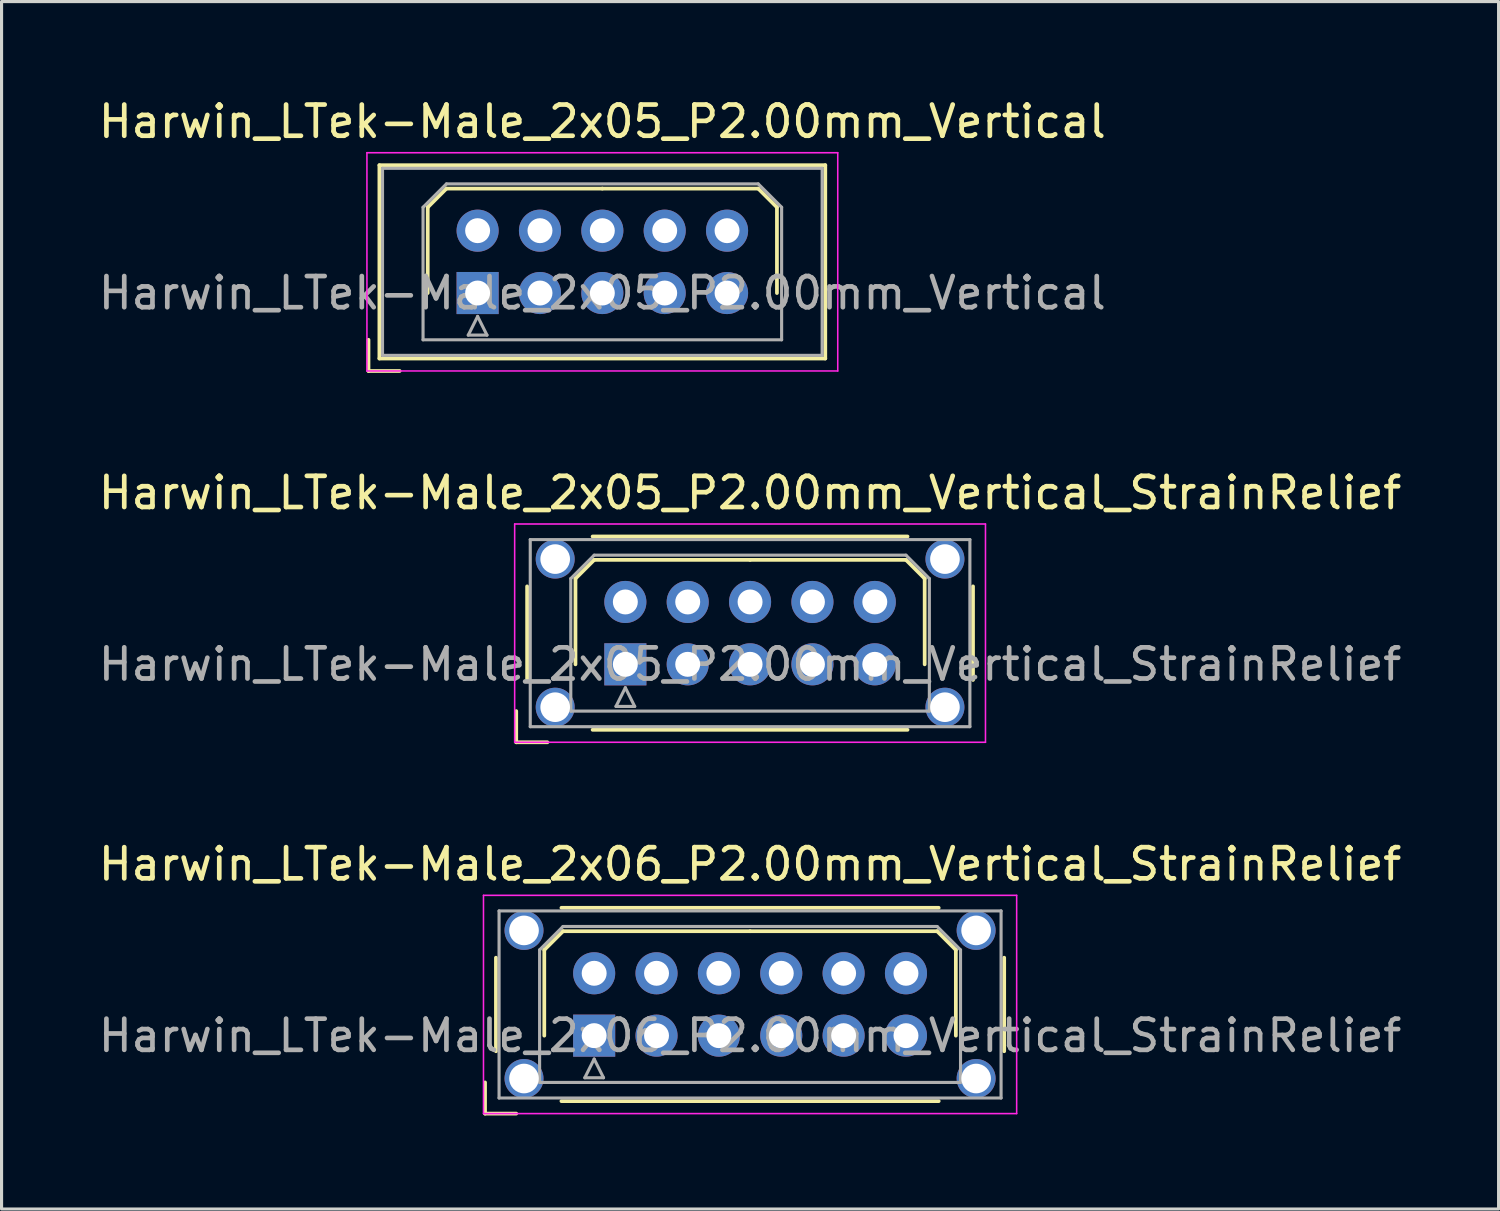
<source format=kicad_pcb>
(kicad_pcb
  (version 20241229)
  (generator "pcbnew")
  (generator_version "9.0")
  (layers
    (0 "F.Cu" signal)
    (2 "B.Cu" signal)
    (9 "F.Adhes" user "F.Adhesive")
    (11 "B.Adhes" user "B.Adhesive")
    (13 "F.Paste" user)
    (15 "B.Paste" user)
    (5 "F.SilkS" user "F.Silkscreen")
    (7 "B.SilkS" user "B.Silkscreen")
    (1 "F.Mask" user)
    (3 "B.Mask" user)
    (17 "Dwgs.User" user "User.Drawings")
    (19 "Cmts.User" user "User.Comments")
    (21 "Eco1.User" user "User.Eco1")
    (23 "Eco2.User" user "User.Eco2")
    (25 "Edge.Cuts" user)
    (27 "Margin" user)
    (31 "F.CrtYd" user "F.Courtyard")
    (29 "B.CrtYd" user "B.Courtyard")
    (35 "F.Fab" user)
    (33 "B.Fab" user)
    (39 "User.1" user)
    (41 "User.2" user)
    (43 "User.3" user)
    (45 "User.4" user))
  (footprint "Harwin_LTek-Male_2x05_P2.00mm_Vertical"
    (layer "F.Cu")
    (at 12.268 6.348)
    (property "Reference" "Harwin_LTek-Male_2x05_P2.00mm_Vertical" (at 4 -5.5 0) (layer "F.SilkS") (effects (font (size 1 1) (thickness 0.15))))
    (attr through_hole)
    (fp_line (start -3.5 1.5) (end -3.5 2.5) (stroke (width 0.12) (type solid)) (layer "F.SilkS"))
    (fp_line (start -3.5 2.5) (end -2.5 2.5) (stroke (width 0.12) (type solid)) (layer "F.SilkS"))
    (fp_line (start -3.15 -4.1) (end -3.15 2.1) (stroke (width 0.12) (type solid)) (layer "F.SilkS"))
    (fp_line (start -3.15 2.1) (end 11.15 2.1) (stroke (width 0.12) (type solid)) (layer "F.SilkS"))
    (fp_line (start -1.6 -2.75) (end -1 -3.35) (stroke (width 0.12) (type solid)) (layer "F.SilkS"))
    (fp_line (start -1.6 0) (end -1.6 -2.75) (stroke (width 0.12) (type solid)) (layer "F.SilkS"))
    (fp_line (start -1 -3.35) (end 4 -3.35) (stroke (width 0.12) (type solid)) (layer "F.SilkS"))
    (fp_line (start 9 -3.35) (end 4 -3.35) (stroke (width 0.12) (type solid)) (layer "F.SilkS"))
    (fp_line (start 9.6 -2.75) (end 9 -3.35) (stroke (width 0.12) (type solid)) (layer "F.SilkS"))
    (fp_line (start 9.6 0) (end 9.6 -2.75) (stroke (width 0.12) (type solid)) (layer "F.SilkS"))
    (fp_line (start 11.15 -4.1) (end -3.15 -4.1) (stroke (width 0.12) (type solid)) (layer "F.SilkS"))
    (fp_line (start 11.15 2.1) (end 11.15 -4.1) (stroke (width 0.12) (type solid)) (layer "F.SilkS"))
    (fp_line (start -3.55 -4.5) (end -3.55 2.5) (stroke (width 0.05) (type solid)) (layer "F.CrtYd"))
    (fp_line (start -3.55 2.5) (end 11.55 2.5) (stroke (width 0.05) (type solid)) (layer "F.CrtYd"))
    (fp_line (start 11.55 -4.5) (end -3.55 -4.5) (stroke (width 0.05) (type solid)) (layer "F.CrtYd"))
    (fp_line (start 11.55 2.5) (end 11.55 -4.5) (stroke (width 0.05) (type solid)) (layer "F.CrtYd"))
    (fp_line (start -3.05 -4) (end -3.05 2) (stroke (width 0.1) (type solid)) (layer "F.Fab"))
    (fp_line (start -3.05 2) (end 11.05 2) (stroke (width 0.1) (type solid)) (layer "F.Fab"))
    (fp_line (start -1.75 -2.75) (end -1 -3.5) (stroke (width 0.1) (type solid)) (layer "F.Fab"))
    (fp_line (start -1.75 1.5) (end -1.75 -2.75) (stroke (width 0.1) (type solid)) (layer "F.Fab"))
    (fp_line (start -1 -3.5) (end 9 -3.5) (stroke (width 0.1) (type solid)) (layer "F.Fab"))
    (fp_line (start -0.3 1.35) (end 0.3 1.35) (stroke (width 0.1) (type solid)) (layer "F.Fab"))
    (fp_line (start 0 0.75) (end -0.3 1.35) (stroke (width 0.1) (type solid)) (layer "F.Fab"))
    (fp_line (start 0.3 1.35) (end 0 0.75) (stroke (width 0.1) (type solid)) (layer "F.Fab"))
    (fp_line (start 9 -3.5) (end 9.75 -2.75) (stroke (width 0.1) (type solid)) (layer "F.Fab"))
    (fp_line (start 9.75 -2.75) (end 9.75 1.5) (stroke (width 0.1) (type solid)) (layer "F.Fab"))
    (fp_line (start 9.75 1.5) (end -1.75 1.5) (stroke (width 0.1) (type solid)) (layer "F.Fab"))
    (fp_line (start 11.05 -4) (end -3.05 -4) (stroke (width 0.1) (type solid)) (layer "F.Fab"))
    (fp_line (start 11.05 2) (end 11.05 -4) (stroke (width 0.1) (type solid)) (layer "F.Fab"))
    (fp_text user "${REFERENCE}" (at 4 0 0) (layer "F.Fab") (effects (font (size 1 1) (thickness 0.15))))
    (pad "1" thru_hole rect (at 0 0) (size 1.35 1.35) (drill 0.8) (layers "*.Cu" "*.Mask"))
    (pad "2" thru_hole circle (at 0 -2) (size 1.35 1.35) (drill 0.8) (layers "*.Cu" "*.Mask"))
    (pad "3" thru_hole circle (at 2 0) (size 1.35 1.35) (drill 0.8) (layers "*.Cu" "*.Mask"))
    (pad "4" thru_hole circle (at 2 -2) (size 1.35 1.35) (drill 0.8) (layers "*.Cu" "*.Mask"))
    (pad "5" thru_hole circle (at 4 0) (size 1.35 1.35) (drill 0.8) (layers "*.Cu" "*.Mask"))
    (pad "6" thru_hole circle (at 4 -2) (size 1.35 1.35) (drill 0.8) (layers "*.Cu" "*.Mask"))
    (pad "7" thru_hole circle (at 6 0) (size 1.35 1.35) (drill 0.8) (layers "*.Cu" "*.Mask"))
    (pad "8" thru_hole circle (at 6 -2) (size 1.35 1.35) (drill 0.8) (layers "*.Cu" "*.Mask"))
    (pad "9" thru_hole circle (at 8 0) (size 1.35 1.35) (drill 0.8) (layers "*.Cu" "*.Mask"))
    (pad "10" thru_hole circle (at 8 -2) (size 1.35 1.35) (drill 0.8) (layers "*.Cu" "*.Mask")))
  (footprint "Harwin_LTek-Male_2x06_P2.00mm_Vertical_StrainRelief"
    (layer "F.Cu")
    (at 16.006 30.165)
    (property "Reference" "Harwin_LTek-Male_2x06_P2.00mm_Vertical_StrainRelief" (at 5 -5.5 0) (layer "F.SilkS") (effects (font (size 1 1) (thickness 0.15))))
    (attr through_hole)
    (fp_line (start -3.5 1.5) (end -3.5 2.5) (stroke (width 0.12) (type solid)) (layer "F.SilkS"))
    (fp_line (start -3.5 2.5) (end -2.5 2.5) (stroke (width 0.12) (type solid)) (layer "F.SilkS"))
    (fp_line (start -3.15 -2.5) (end -3.15 0.5) (stroke (width 0.12) (type solid)) (layer "F.SilkS"))
    (fp_line (start -1.6 -2.75) (end -1 -3.35) (stroke (width 0.12) (type solid)) (layer "F.SilkS"))
    (fp_line (start -1.6 0) (end -1.6 -2.75) (stroke (width 0.12) (type solid)) (layer "F.SilkS"))
    (fp_line (start -1.05 -4.1) (end 11.05 -4.1) (stroke (width 0.12) (type solid)) (layer "F.SilkS"))
    (fp_line (start -1.05 2.1) (end 11.05 2.1) (stroke (width 0.12) (type solid)) (layer "F.SilkS"))
    (fp_line (start -1 -3.35) (end 5 -3.35) (stroke (width 0.12) (type solid)) (layer "F.SilkS"))
    (fp_line (start 11 -3.35) (end 5 -3.35) (stroke (width 0.12) (type solid)) (layer "F.SilkS"))
    (fp_line (start 11.6 -2.75) (end 11 -3.35) (stroke (width 0.12) (type solid)) (layer "F.SilkS"))
    (fp_line (start 11.6 0) (end 11.6 -2.75) (stroke (width 0.12) (type solid)) (layer "F.SilkS"))
    (fp_line (start 13.15 -2.5) (end 13.15 0.5) (stroke (width 0.12) (type solid)) (layer "F.SilkS"))
    (fp_line (start -3.55 -4.5) (end -3.55 2.5) (stroke (width 0.05) (type solid)) (layer "F.CrtYd"))
    (fp_line (start -3.55 2.5) (end 13.55 2.5) (stroke (width 0.05) (type solid)) (layer "F.CrtYd"))
    (fp_line (start 13.55 -4.5) (end -3.55 -4.5) (stroke (width 0.05) (type solid)) (layer "F.CrtYd"))
    (fp_line (start 13.55 2.5) (end 13.55 -4.5) (stroke (width 0.05) (type solid)) (layer "F.CrtYd"))
    (fp_line (start -3.05 -4) (end -3.05 2) (stroke (width 0.1) (type solid)) (layer "F.Fab"))
    (fp_line (start -3.05 2) (end 13.05 2) (stroke (width 0.1) (type solid)) (layer "F.Fab"))
    (fp_line (start -1.75 -2.75) (end -1 -3.5) (stroke (width 0.1) (type solid)) (layer "F.Fab"))
    (fp_line (start -1.75 1.5) (end -1.75 -2.75) (stroke (width 0.1) (type solid)) (layer "F.Fab"))
    (fp_line (start -1 -3.5) (end 11 -3.5) (stroke (width 0.1) (type solid)) (layer "F.Fab"))
    (fp_line (start -0.3 1.35) (end 0.3 1.35) (stroke (width 0.1) (type solid)) (layer "F.Fab"))
    (fp_line (start 0 0.75) (end -0.3 1.35) (stroke (width 0.1) (type solid)) (layer "F.Fab"))
    (fp_line (start 0.3 1.35) (end 0 0.75) (stroke (width 0.1) (type solid)) (layer "F.Fab"))
    (fp_line (start 11 -3.5) (end 11.75 -2.75) (stroke (width 0.1) (type solid)) (layer "F.Fab"))
    (fp_line (start 11.75 -2.75) (end 11.75 1.5) (stroke (width 0.1) (type solid)) (layer "F.Fab"))
    (fp_line (start 11.75 1.5) (end -1.75 1.5) (stroke (width 0.1) (type solid)) (layer "F.Fab"))
    (fp_line (start 13.05 -4) (end -3.05 -4) (stroke (width 0.1) (type solid)) (layer "F.Fab"))
    (fp_line (start 13.05 2) (end 13.05 -4) (stroke (width 0.1) (type solid)) (layer "F.Fab"))
    (fp_text user "${REFERENCE}" (at 5 0 0) (layer "F.Fab") (effects (font (size 1 1) (thickness 0.15))))
    (pad "" thru_hole circle (at -2.25 -3.375) (size 1.25 1.25) (drill 0.95) (layers "*.Cu" "*.Mask"))
    (pad "" thru_hole circle (at -2.25 1.375) (size 1.25 1.25) (drill 0.95) (layers "*.Cu" "*.Mask"))
    (pad "" thru_hole circle (at 12.25 -3.375) (size 1.25 1.25) (drill 0.95) (layers "*.Cu" "*.Mask"))
    (pad "" thru_hole circle (at 12.25 1.375) (size 1.25 1.25) (drill 0.95) (layers "*.Cu" "*.Mask"))
    (pad "1" thru_hole rect (at 0 0) (size 1.35 1.35) (drill 0.8) (layers "*.Cu" "*.Mask"))
    (pad "2" thru_hole circle (at 0 -2) (size 1.35 1.35) (drill 0.8) (layers "*.Cu" "*.Mask"))
    (pad "3" thru_hole circle (at 2 0) (size 1.35 1.35) (drill 0.8) (layers "*.Cu" "*.Mask"))
    (pad "4" thru_hole circle (at 2 -2) (size 1.35 1.35) (drill 0.8) (layers "*.Cu" "*.Mask"))
    (pad "5" thru_hole circle (at 4 0) (size 1.35 1.35) (drill 0.8) (layers "*.Cu" "*.Mask"))
    (pad "6" thru_hole circle (at 4 -2) (size 1.35 1.35) (drill 0.8) (layers "*.Cu" "*.Mask"))
    (pad "7" thru_hole circle (at 6 0) (size 1.35 1.35) (drill 0.8) (layers "*.Cu" "*.Mask"))
    (pad "8" thru_hole circle (at 6 -2) (size 1.35 1.35) (drill 0.8) (layers "*.Cu" "*.Mask"))
    (pad "9" thru_hole circle (at 8 0) (size 1.35 1.35) (drill 0.8) (layers "*.Cu" "*.Mask"))
    (pad "10" thru_hole circle (at 8 -2) (size 1.35 1.35) (drill 0.8) (layers "*.Cu" "*.Mask"))
    (pad "11" thru_hole circle (at 10 0) (size 1.35 1.35) (drill 0.8) (layers "*.Cu" "*.Mask"))
    (pad "12" thru_hole circle (at 10 -2) (size 1.35 1.35) (drill 0.8) (layers "*.Cu" "*.Mask")))
  (footprint "Harwin_LTek-Male_2x05_P2.00mm_Vertical_StrainRelief"
    (layer "F.Cu")
    (at 17.006 18.256)
    (property "Reference" "Harwin_LTek-Male_2x05_P2.00mm_Vertical_StrainRelief" (at 4 -5.5 0) (layer "F.SilkS") (effects (font (size 1 1) (thickness 0.15))))
    (attr through_hole)
    (fp_line (start -3.5 1.5) (end -3.5 2.5) (stroke (width 0.12) (type solid)) (layer "F.SilkS"))
    (fp_line (start -3.5 2.5) (end -2.5 2.5) (stroke (width 0.12) (type solid)) (layer "F.SilkS"))
    (fp_line (start -3.15 -2.5) (end -3.15 0.5) (stroke (width 0.12) (type solid)) (layer "F.SilkS"))
    (fp_line (start -1.6 -2.75) (end -1 -3.35) (stroke (width 0.12) (type solid)) (layer "F.SilkS"))
    (fp_line (start -1.6 0) (end -1.6 -2.75) (stroke (width 0.12) (type solid)) (layer "F.SilkS"))
    (fp_line (start -1.05 -4.1) (end 9.05 -4.1) (stroke (width 0.12) (type solid)) (layer "F.SilkS"))
    (fp_line (start -1.05 2.1) (end 9.05 2.1) (stroke (width 0.12) (type solid)) (layer "F.SilkS"))
    (fp_line (start -1 -3.35) (end 4 -3.35) (stroke (width 0.12) (type solid)) (layer "F.SilkS"))
    (fp_line (start 9 -3.35) (end 4 -3.35) (stroke (width 0.12) (type solid)) (layer "F.SilkS"))
    (fp_line (start 9.6 -2.75) (end 9 -3.35) (stroke (width 0.12) (type solid)) (layer "F.SilkS"))
    (fp_line (start 9.6 0) (end 9.6 -2.75) (stroke (width 0.12) (type solid)) (layer "F.SilkS"))
    (fp_line (start 11.15 -2.5) (end 11.15 0.5) (stroke (width 0.12) (type solid)) (layer "F.SilkS"))
    (fp_line (start -3.55 -4.5) (end -3.55 2.5) (stroke (width 0.05) (type solid)) (layer "F.CrtYd"))
    (fp_line (start -3.55 2.5) (end 11.55 2.5) (stroke (width 0.05) (type solid)) (layer "F.CrtYd"))
    (fp_line (start 11.55 -4.5) (end -3.55 -4.5) (stroke (width 0.05) (type solid)) (layer "F.CrtYd"))
    (fp_line (start 11.55 2.5) (end 11.55 -4.5) (stroke (width 0.05) (type solid)) (layer "F.CrtYd"))
    (fp_line (start -3.05 -4) (end -3.05 2) (stroke (width 0.1) (type solid)) (layer "F.Fab"))
    (fp_line (start -3.05 2) (end 11.05 2) (stroke (width 0.1) (type solid)) (layer "F.Fab"))
    (fp_line (start -1.75 -2.75) (end -1 -3.5) (stroke (width 0.1) (type solid)) (layer "F.Fab"))
    (fp_line (start -1.75 1.5) (end -1.75 -2.75) (stroke (width 0.1) (type solid)) (layer "F.Fab"))
    (fp_line (start -1 -3.5) (end 9 -3.5) (stroke (width 0.1) (type solid)) (layer "F.Fab"))
    (fp_line (start -0.3 1.35) (end 0.3 1.35) (stroke (width 0.1) (type solid)) (layer "F.Fab"))
    (fp_line (start 0 0.75) (end -0.3 1.35) (stroke (width 0.1) (type solid)) (layer "F.Fab"))
    (fp_line (start 0.3 1.35) (end 0 0.75) (stroke (width 0.1) (type solid)) (layer "F.Fab"))
    (fp_line (start 9 -3.5) (end 9.75 -2.75) (stroke (width 0.1) (type solid)) (layer "F.Fab"))
    (fp_line (start 9.75 -2.75) (end 9.75 1.5) (stroke (width 0.1) (type solid)) (layer "F.Fab"))
    (fp_line (start 9.75 1.5) (end -1.75 1.5) (stroke (width 0.1) (type solid)) (layer "F.Fab"))
    (fp_line (start 11.05 -4) (end -3.05 -4) (stroke (width 0.1) (type solid)) (layer "F.Fab"))
    (fp_line (start 11.05 2) (end 11.05 -4) (stroke (width 0.1) (type solid)) (layer "F.Fab"))
    (fp_text user "${REFERENCE}" (at 4 0 0) (layer "F.Fab") (effects (font (size 1 1) (thickness 0.15))))
    (pad "" thru_hole circle (at -2.25 -3.375) (size 1.25 1.25) (drill 0.95) (layers "*.Cu" "*.Mask"))
    (pad "" thru_hole circle (at -2.25 1.375) (size 1.25 1.25) (drill 0.95) (layers "*.Cu" "*.Mask"))
    (pad "" thru_hole circle (at 10.25 -3.375) (size 1.25 1.25) (drill 0.95) (layers "*.Cu" "*.Mask"))
    (pad "" thru_hole circle (at 10.25 1.375) (size 1.25 1.25) (drill 0.95) (layers "*.Cu" "*.Mask"))
    (pad "1" thru_hole rect (at 0 0) (size 1.35 1.35) (drill 0.8) (layers "*.Cu" "*.Mask"))
    (pad "2" thru_hole circle (at 0 -2) (size 1.35 1.35) (drill 0.8) (layers "*.Cu" "*.Mask"))
    (pad "3" thru_hole circle (at 2 0) (size 1.35 1.35) (drill 0.8) (layers "*.Cu" "*.Mask"))
    (pad "4" thru_hole circle (at 2 -2) (size 1.35 1.35) (drill 0.8) (layers "*.Cu" "*.Mask"))
    (pad "5" thru_hole circle (at 4 0) (size 1.35 1.35) (drill 0.8) (layers "*.Cu" "*.Mask"))
    (pad "6" thru_hole circle (at 4 -2) (size 1.35 1.35) (drill 0.8) (layers "*.Cu" "*.Mask"))
    (pad "7" thru_hole circle (at 6 0) (size 1.35 1.35) (drill 0.8) (layers "*.Cu" "*.Mask"))
    (pad "8" thru_hole circle (at 6 -2) (size 1.35 1.35) (drill 0.8) (layers "*.Cu" "*.Mask"))
    (pad "9" thru_hole circle (at 8 0) (size 1.35 1.35) (drill 0.8) (layers "*.Cu" "*.Mask"))
    (pad "10" thru_hole circle (at 8 -2) (size 1.35 1.35) (drill 0.8) (layers "*.Cu" "*.Mask")))
  (gr_rect
    (start -3 -3)
    (end 45.012 35.725)
    (stroke (width 0.1) (type default))
    (fill no)
    (layer "Edge.Cuts")))
</source>
